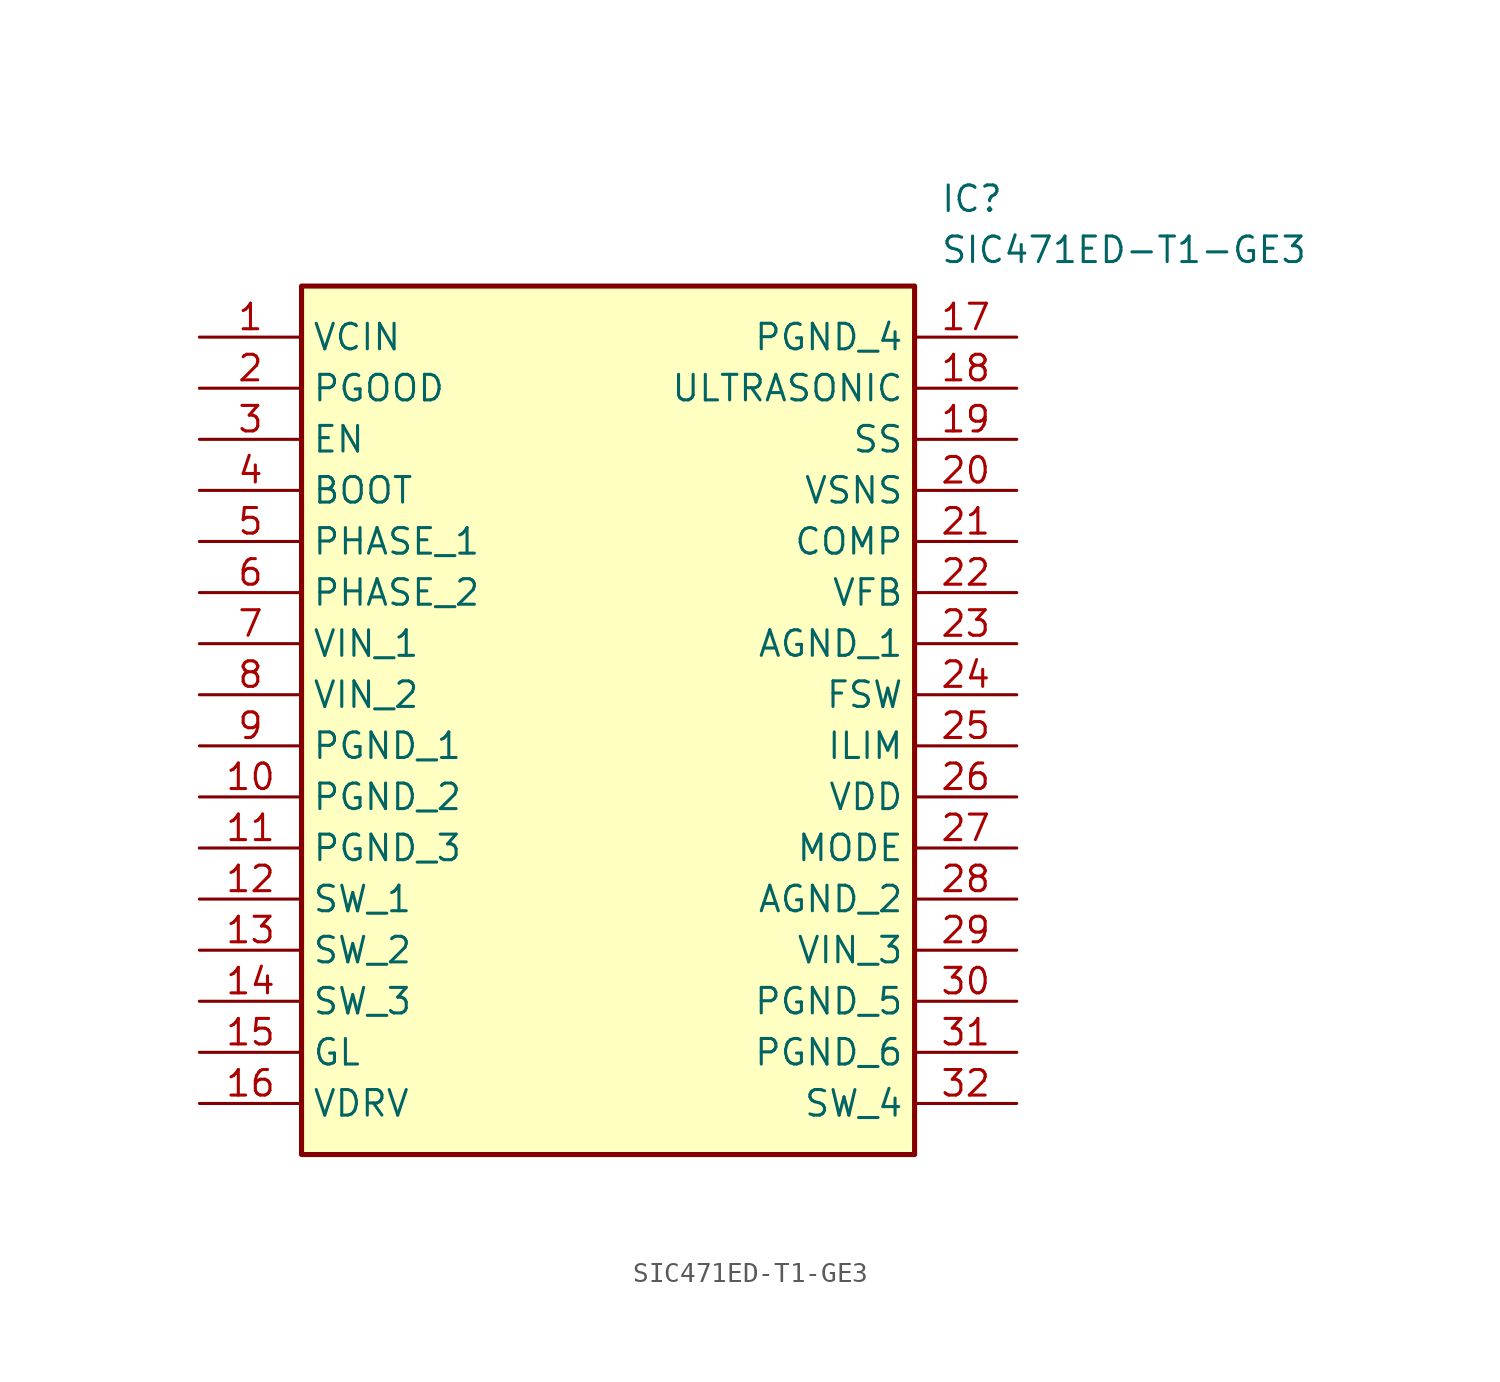
<source format=kicad_sym>
(kicad_symbol_lib
  (version 20231120)
  (generator "kicad_symbol_editor")
  (generator_version "8.0")
  (symbol "SIC471ED-T1-GE3"
    (property "Reference" "IC"
      (at 36.83 7.62 0)
      (effects (font (size 1.27 1.27)) (justify left top)))
    (property "Value" "SIC471ED-T1-GE3"
      (at 36.83 5.08 0)
      (effects (font (size 1.27 1.27)) (justify left top)))
    (symbol "SIC471ED-T1-GE3_1_1"
      (rectangle (start 5.08 2.54) (end 35.56 -40.64) (stroke (width 0.254) (type default)) (fill (type background)))
      (pin passive line (at 0 0 0) (length 5.08) (name "VCIN" (effects (font (size 1.27 1.27)))) (number "1" (effects (font (size 1.27 1.27)))))
      (pin passive line (at 0 -22.86 0) (length 5.08) (name "PGND_2" (effects (font (size 1.27 1.27)))) (number "10" (effects (font (size 1.27 1.27)))))
      (pin passive line (at 0 -25.4 0) (length 5.08) (name "PGND_3" (effects (font (size 1.27 1.27)))) (number "11" (effects (font (size 1.27 1.27)))))
      (pin passive line (at 0 -27.94 0) (length 5.08) (name "SW_1" (effects (font (size 1.27 1.27)))) (number "12" (effects (font (size 1.27 1.27)))))
      (pin passive line (at 0 -30.48 0) (length 5.08) (name "SW_2" (effects (font (size 1.27 1.27)))) (number "13" (effects (font (size 1.27 1.27)))))
      (pin passive line (at 0 -33.02 0) (length 5.08) (name "SW_3" (effects (font (size 1.27 1.27)))) (number "14" (effects (font (size 1.27 1.27)))))
      (pin passive line (at 0 -35.56 0) (length 5.08) (name "GL" (effects (font (size 1.27 1.27)))) (number "15" (effects (font (size 1.27 1.27)))))
      (pin passive line (at 0 -38.1 0) (length 5.08) (name "VDRV" (effects (font (size 1.27 1.27)))) (number "16" (effects (font (size 1.27 1.27)))))
      (pin passive line (at 40.64 0 180) (length 5.08) (name "PGND_4" (effects (font (size 1.27 1.27)))) (number "17" (effects (font (size 1.27 1.27)))))
      (pin passive line (at 40.64 -2.54 180) (length 5.08) (name "ULTRASONIC" (effects (font (size 1.27 1.27)))) (number "18" (effects (font (size 1.27 1.27)))))
      (pin passive line (at 40.64 -5.08 180) (length 5.08) (name "SS" (effects (font (size 1.27 1.27)))) (number "19" (effects (font (size 1.27 1.27)))))
      (pin passive line (at 0 -2.54 0) (length 5.08) (name "PGOOD" (effects (font (size 1.27 1.27)))) (number "2" (effects (font (size 1.27 1.27)))))
      (pin passive line (at 40.64 -7.62 180) (length 5.08) (name "VSNS" (effects (font (size 1.27 1.27)))) (number "20" (effects (font (size 1.27 1.27)))))
      (pin passive line (at 40.64 -10.16 180) (length 5.08) (name "COMP" (effects (font (size 1.27 1.27)))) (number "21" (effects (font (size 1.27 1.27)))))
      (pin passive line (at 40.64 -12.7 180) (length 5.08) (name "VFB" (effects (font (size 1.27 1.27)))) (number "22" (effects (font (size 1.27 1.27)))))
      (pin passive line (at 40.64 -15.24 180) (length 5.08) (name "AGND_1" (effects (font (size 1.27 1.27)))) (number "23" (effects (font (size 1.27 1.27)))))
      (pin passive line (at 40.64 -17.78 180) (length 5.08) (name "FSW" (effects (font (size 1.27 1.27)))) (number "24" (effects (font (size 1.27 1.27)))))
      (pin passive line (at 40.64 -20.32 180) (length 5.08) (name "ILIM" (effects (font (size 1.27 1.27)))) (number "25" (effects (font (size 1.27 1.27)))))
      (pin passive line (at 40.64 -22.86 180) (length 5.08) (name "VDD" (effects (font (size 1.27 1.27)))) (number "26" (effects (font (size 1.27 1.27)))))
      (pin passive line (at 40.64 -25.4 180) (length 5.08) (name "MODE" (effects (font (size 1.27 1.27)))) (number "27" (effects (font (size 1.27 1.27)))))
      (pin passive line (at 40.64 -27.94 180) (length 5.08) (name "AGND_2" (effects (font (size 1.27 1.27)))) (number "28" (effects (font (size 1.27 1.27)))))
      (pin passive line (at 40.64 -30.48 180) (length 5.08) (name "VIN_3" (effects (font (size 1.27 1.27)))) (number "29" (effects (font (size 1.27 1.27)))))
      (pin passive line (at 0 -5.08 0) (length 5.08) (name "EN" (effects (font (size 1.27 1.27)))) (number "3" (effects (font (size 1.27 1.27)))))
      (pin passive line (at 40.64 -33.02 180) (length 5.08) (name "PGND_5" (effects (font (size 1.27 1.27)))) (number "30" (effects (font (size 1.27 1.27)))))
      (pin passive line (at 40.64 -35.56 180) (length 5.08) (name "PGND_6" (effects (font (size 1.27 1.27)))) (number "31" (effects (font (size 1.27 1.27)))))
      (pin passive line (at 40.64 -38.1 180) (length 5.08) (name "SW_4" (effects (font (size 1.27 1.27)))) (number "32" (effects (font (size 1.27 1.27)))))
      (pin passive line (at 0 -7.62 0) (length 5.08) (name "BOOT" (effects (font (size 1.27 1.27)))) (number "4" (effects (font (size 1.27 1.27)))))
      (pin passive line (at 0 -10.16 0) (length 5.08) (name "PHASE_1" (effects (font (size 1.27 1.27)))) (number "5" (effects (font (size 1.27 1.27)))))
      (pin passive line (at 0 -12.7 0) (length 5.08) (name "PHASE_2" (effects (font (size 1.27 1.27)))) (number "6" (effects (font (size 1.27 1.27)))))
      (pin passive line (at 0 -15.24 0) (length 5.08) (name "VIN_1" (effects (font (size 1.27 1.27)))) (number "7" (effects (font (size 1.27 1.27)))))
      (pin passive line (at 0 -17.78 0) (length 5.08) (name "VIN_2" (effects (font (size 1.27 1.27)))) (number "8" (effects (font (size 1.27 1.27)))))
      (pin passive line (at 0 -20.32 0) (length 5.08) (name "PGND_1" (effects (font (size 1.27 1.27)))) (number "9" (effects (font (size 1.27 1.27))))))))
</source>
